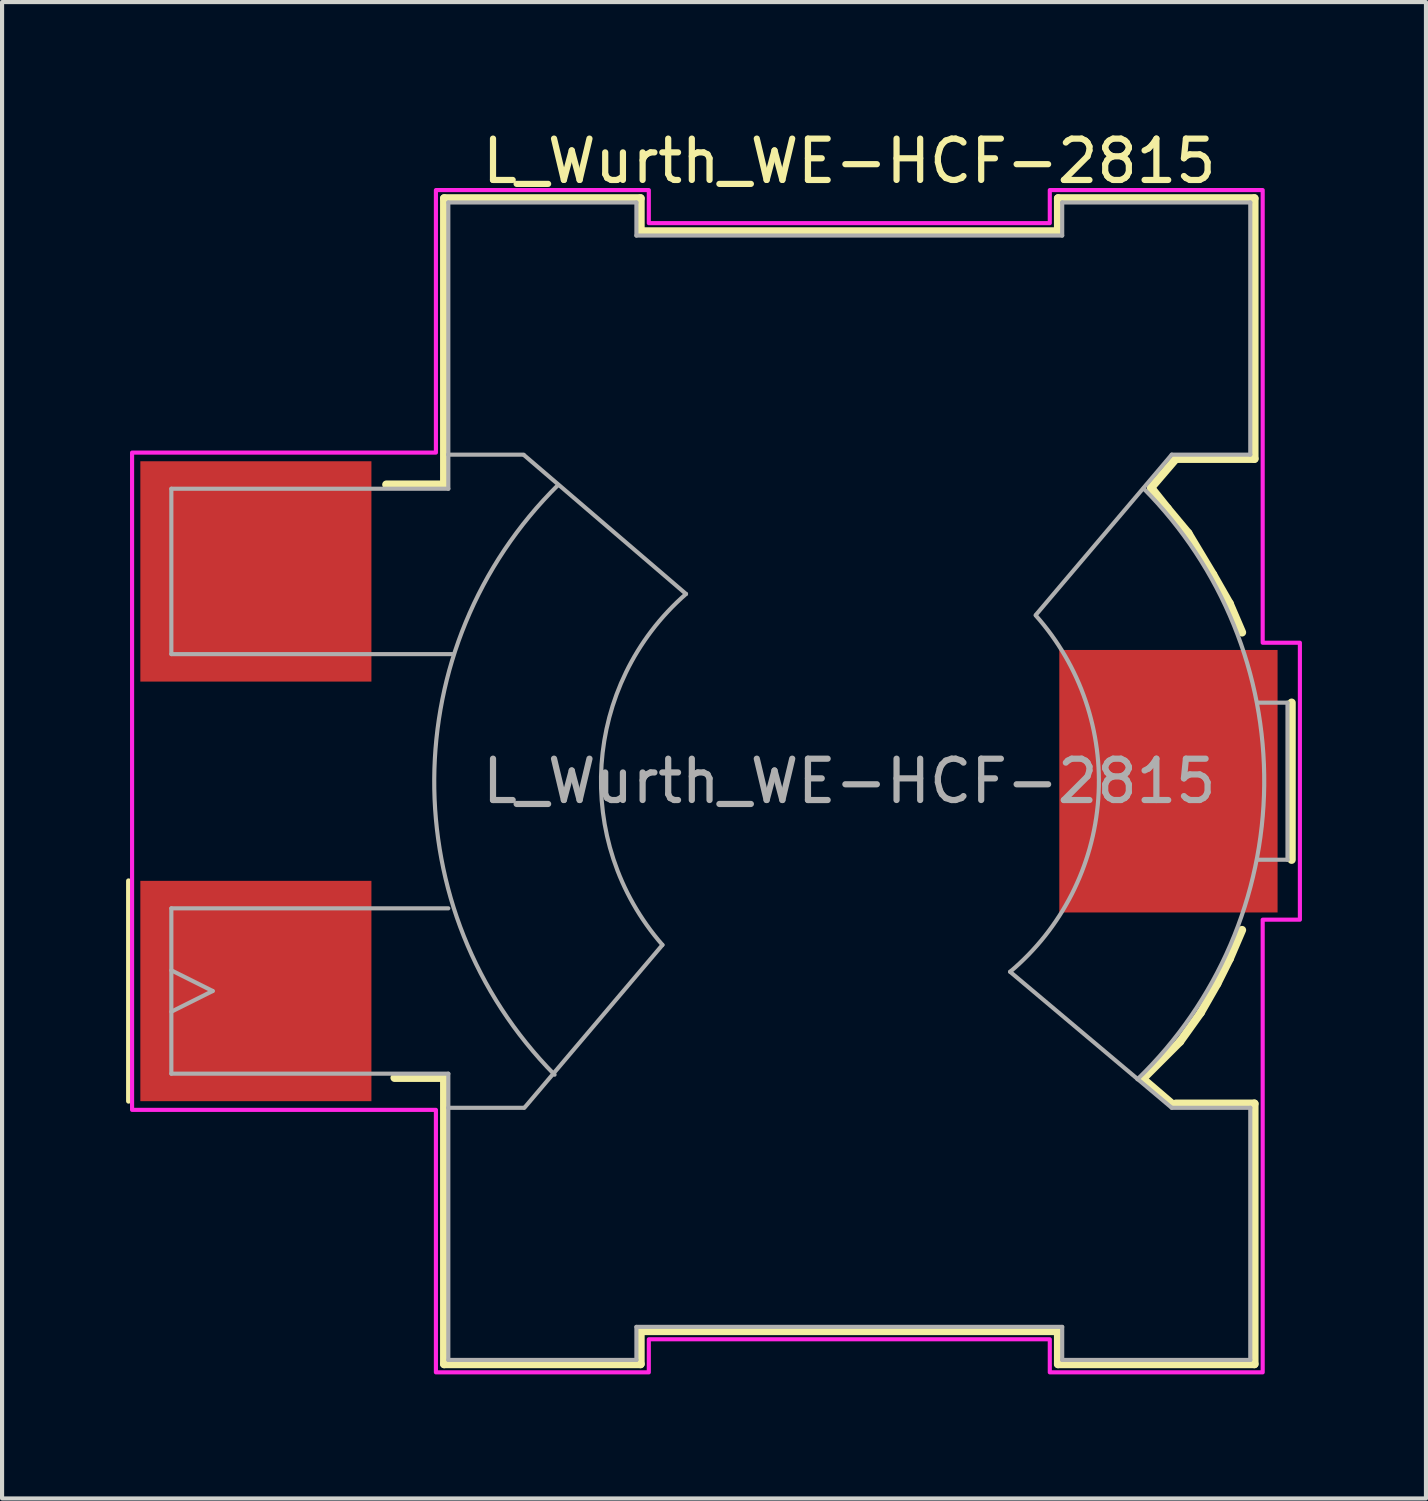
<source format=kicad_pcb>
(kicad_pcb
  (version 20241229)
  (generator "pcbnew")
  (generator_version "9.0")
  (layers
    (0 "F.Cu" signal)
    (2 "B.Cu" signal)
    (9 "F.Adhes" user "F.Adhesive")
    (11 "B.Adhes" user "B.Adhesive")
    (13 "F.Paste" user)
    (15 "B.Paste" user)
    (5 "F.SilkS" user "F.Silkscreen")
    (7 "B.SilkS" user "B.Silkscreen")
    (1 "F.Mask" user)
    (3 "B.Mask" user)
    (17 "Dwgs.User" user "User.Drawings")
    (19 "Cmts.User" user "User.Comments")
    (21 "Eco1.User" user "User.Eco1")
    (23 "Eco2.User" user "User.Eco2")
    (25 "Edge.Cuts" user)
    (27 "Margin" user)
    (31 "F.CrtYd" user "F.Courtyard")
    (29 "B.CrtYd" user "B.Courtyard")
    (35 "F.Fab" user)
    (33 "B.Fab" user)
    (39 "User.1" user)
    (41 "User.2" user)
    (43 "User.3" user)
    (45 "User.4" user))
  (footprint "L_Wurth_WE-HCF-2815"
    (layer "F.Cu")
    (at 17.495 15.848)
    (property "Reference" "L_Wurth_WE-HCF-2815" (at 0 -15 0) (layer "F.SilkS") (effects (font (size 1 1) (thickness 0.15))))
    (attr smd)
    (fp_line (start -17.435 2.41) (end -17.435 7.74) (stroke (width 0.12) (type default)) (layer "F.SilkS"))
    (fp_line (start -9.8 -14.1) (end -9.8 -7.175) (stroke (width 0.2) (type solid)) (layer "F.SilkS"))
    (fp_line (start -9.8 -7.175) (end -11.2 -7.175) (stroke (width 0.2) (type solid)) (layer "F.SilkS"))
    (fp_line (start -9.8 7.175) (end -11 7.175) (stroke (width 0.2) (type solid)) (layer "F.SilkS"))
    (fp_line (start -9.8 14.1) (end -9.8 7.175) (stroke (width 0.2) (type solid)) (layer "F.SilkS"))
    (fp_line (start -5.05 -14.1) (end -9.8 -14.1) (stroke (width 0.2) (type solid)) (layer "F.SilkS"))
    (fp_line (start -5.05 -13.3) (end -5.05 -14.1) (stroke (width 0.2) (type solid)) (layer "F.SilkS"))
    (fp_line (start -5.05 13.3) (end -5.05 14.1) (stroke (width 0.2) (type solid)) (layer "F.SilkS"))
    (fp_line (start -5.05 14.1) (end -9.8 14.1) (stroke (width 0.2) (type solid)) (layer "F.SilkS"))
    (fp_line (start 5.05 -14.1) (end 5.05 -13.3) (stroke (width 0.2) (type solid)) (layer "F.SilkS"))
    (fp_line (start 5.05 -13.3) (end -5.05 -13.3) (stroke (width 0.2) (type solid)) (layer "F.SilkS"))
    (fp_line (start 5.05 13.3) (end -5.05 13.3) (stroke (width 0.2) (type solid)) (layer "F.SilkS"))
    (fp_line (start 5.05 14.1) (end 5.05 13.3) (stroke (width 0.2) (type solid)) (layer "F.SilkS"))
    (fp_line (start 7.1 7.2) (end 7.8 7.8) (stroke (width 0.2) (type solid)) (layer "F.SilkS"))
    (fp_line (start 7.3 -7.1) (end 7.7 -6.6) (stroke (width 0.2) (type solid)) (layer "F.SilkS"))
    (fp_line (start 7.7 -6.6) (end 8.2 -6) (stroke (width 0.2) (type solid)) (layer "F.SilkS"))
    (fp_line (start 7.9 -7.8) (end 7.3 -7.1) (stroke (width 0.2) (type solid)) (layer "F.SilkS"))
    (fp_line (start 7.9 7.8) (end 9.8 7.8) (stroke (width 0.2) (type solid)) (layer "F.SilkS"))
    (fp_line (start 8 6.3) (end 7.1 7.2) (stroke (width 0.2) (type solid)) (layer "F.SilkS"))
    (fp_line (start 8.2 -6) (end 8.8 -5) (stroke (width 0.2) (type solid)) (layer "F.SilkS"))
    (fp_line (start 8.5 5.6) (end 8 6.3) (stroke (width 0.2) (type solid)) (layer "F.SilkS"))
    (fp_line (start 8.8 -5) (end 9.2 -4.3) (stroke (width 0.2) (type solid)) (layer "F.SilkS"))
    (fp_line (start 8.9 4.9) (end 8.5 5.6) (stroke (width 0.2) (type solid)) (layer "F.SilkS"))
    (fp_line (start 9.2 -4.3) (end 9.5 -3.6) (stroke (width 0.2) (type solid)) (layer "F.SilkS"))
    (fp_line (start 9.2 4.3) (end 8.9 4.9) (stroke (width 0.2) (type solid)) (layer "F.SilkS"))
    (fp_line (start 9.5 3.6) (end 9.2 4.3) (stroke (width 0.2) (type solid)) (layer "F.SilkS"))
    (fp_line (start 9.8 -14.1) (end 5.05 -14.1) (stroke (width 0.2) (type solid)) (layer "F.SilkS"))
    (fp_line (start 9.8 -14.1) (end 9.8 -7.8) (stroke (width 0.2) (type solid)) (layer "F.SilkS"))
    (fp_line (start 9.8 -7.8) (end 7.9 -7.8) (stroke (width 0.2) (type solid)) (layer "F.SilkS"))
    (fp_line (start 9.8 7.8) (end 9.8 14.1) (stroke (width 0.2) (type solid)) (layer "F.SilkS"))
    (fp_line (start 9.8 14.1) (end 5.05 14.1) (stroke (width 0.2) (type solid)) (layer "F.SilkS"))
    (fp_line (start 10.7 -1.9) (end 10.7 1.9) (stroke (width 0.2) (type solid)) (layer "F.SilkS"))
    (fp_poly (pts (xy 10 -14.3) (xy 10 -3.35) (xy 10.9 -3.35) (xy 10.9 3.35) (xy 10 3.35) (xy 10 14.3) (xy 4.85 14.3) (xy 4.85 13.5) (xy -4.85 13.5) (xy -4.85 14.3) (xy -10 14.3) (xy -10 7.95) (xy -17.35 7.95) (xy -17.35 -7.95) (xy -10 -7.95) (xy -10 -14.3) (xy -4.85 -14.3) (xy -4.85 -13.5) (xy 4.85 -13.5) (xy 4.85 -14.3)) (stroke (width 0.1) (type solid)) (fill no) (layer "F.CrtYd"))
    (fp_line (start -16.4 -7.075) (end -16.4 -3.075) (stroke (width 0.1) (type solid)) (layer "F.Fab"))
    (fp_line (start -16.4 3.075) (end -16.4 7.075) (stroke (width 0.1) (type solid)) (layer "F.Fab"))
    (fp_line (start -16.4 4.575) (end -15.4 5.075) (stroke (width 0.1) (type default)) (layer "F.Fab"))
    (fp_line (start -16.4 7.075) (end -9.7 7.075) (stroke (width 0.1) (type solid)) (layer "F.Fab"))
    (fp_line (start -15.4 5.075) (end -16.4 5.575) (stroke (width 0.1) (type default)) (layer "F.Fab"))
    (fp_line (start -9.7 -14) (end -5.15 -14) (stroke (width 0.1) (type solid)) (layer "F.Fab"))
    (fp_line (start -9.7 -7.9) (end -9.7 -14) (stroke (width 0.1) (type solid)) (layer "F.Fab"))
    (fp_line (start -9.7 -7.9) (end -7.88 -7.9) (stroke (width 0.1) (type solid)) (layer "F.Fab"))
    (fp_line (start -9.7 -7.075) (end -16.4 -7.075) (stroke (width 0.1) (type solid)) (layer "F.Fab"))
    (fp_line (start -9.7 -7.075) (end -9.7 -7.9) (stroke (width 0.1) (type solid)) (layer "F.Fab"))
    (fp_line (start -9.7 3.075) (end -16.4 3.075) (stroke (width 0.1) (type solid)) (layer "F.Fab"))
    (fp_line (start -9.7 7.9) (end -9.7 7.075) (stroke (width 0.1) (type solid)) (layer "F.Fab"))
    (fp_line (start -9.7 7.9) (end -7.88 7.9) (stroke (width 0.1) (type solid)) (layer "F.Fab"))
    (fp_line (start -9.7 14) (end -9.7 7.9) (stroke (width 0.1) (type solid)) (layer "F.Fab"))
    (fp_line (start -9.58 -3.075) (end -16.4 -3.075) (stroke (width 0.1) (type solid)) (layer "F.Fab"))
    (fp_line (start -7.87 -7.89) (end -3.95 -4.53) (stroke (width 0.1) (type solid)) (layer "F.Fab"))
    (fp_line (start -7.86 7.9) (end -4.52 3.96) (stroke (width 0.1) (type solid)) (layer "F.Fab"))
    (fp_line (start -5.15 -13.2) (end -5.15 -14) (stroke (width 0.1) (type solid)) (layer "F.Fab"))
    (fp_line (start -5.15 13.2) (end -5.15 14) (stroke (width 0.1) (type solid)) (layer "F.Fab"))
    (fp_line (start -5.15 14) (end -9.7 14) (stroke (width 0.1) (type solid)) (layer "F.Fab"))
    (fp_line (start 3.89 4.61) (end 7.8 7.9) (stroke (width 0.1) (type solid)) (layer "F.Fab"))
    (fp_line (start 5.15 -14) (end 5.15 -13.2) (stroke (width 0.1) (type solid)) (layer "F.Fab"))
    (fp_line (start 5.15 -14) (end 9.7 -14) (stroke (width 0.1) (type solid)) (layer "F.Fab"))
    (fp_line (start 5.15 -13.2) (end -5.15 -13.2) (stroke (width 0.1) (type solid)) (layer "F.Fab"))
    (fp_line (start 5.15 13.2) (end -5.15 13.2) (stroke (width 0.1) (type solid)) (layer "F.Fab"))
    (fp_line (start 5.15 14) (end 5.15 13.2) (stroke (width 0.1) (type solid)) (layer "F.Fab"))
    (fp_line (start 7.8 -7.9) (end 4.51 -4.02) (stroke (width 0.1) (type solid)) (layer "F.Fab"))
    (fp_line (start 9.7 -14) (end 9.7 -7.9) (stroke (width 0.1) (type solid)) (layer "F.Fab"))
    (fp_line (start 9.7 -7.9) (end 7.8 -7.9) (stroke (width 0.1) (type solid)) (layer "F.Fab"))
    (fp_line (start 9.7 7.9) (end 7.8 7.9) (stroke (width 0.1) (type solid)) (layer "F.Fab"))
    (fp_line (start 9.7 7.9) (end 9.7 14) (stroke (width 0.1) (type solid)) (layer "F.Fab"))
    (fp_line (start 9.7 14) (end 5.15 14) (stroke (width 0.1) (type solid)) (layer "F.Fab"))
    (fp_line (start 10.6 -1.9) (end 9.9 -1.9) (stroke (width 0.1) (type solid)) (layer "F.Fab"))
    (fp_line (start 10.6 -1.9) (end 10.6 1.9) (stroke (width 0.1) (type solid)) (layer "F.Fab"))
    (fp_line (start 10.6 1.9) (end 9.9 1.9) (stroke (width 0.1) (type solid)) (layer "F.Fab"))
    (fp_arc (start -7.13 7.1) (mid -10.040414 -0.05364) (end -7.04 -7.17) (stroke (width 0.1) (type solid)) (layer "F.Fab"))
    (fp_arc (start -4.52 3.96) (mid -5.993337 -0.403051) (end -3.95 -4.53) (stroke (width 0.1) (type solid)) (layer "F.Fab"))
    (fp_arc (start 4.51 -4.01) (mid 6.022544 0.431088) (end 3.89 4.61) (stroke (width 0.1) (type solid)) (layer "F.Fab"))
    (fp_arc (start 7.120001 -7.08) (mid 10.037043 0.096407) (end 6.97 7.21) (stroke (width 0.1) (type solid)) (layer "F.Fab"))
    (fp_text user "${REFERENCE}" (at 0 0 0) (unlocked yes) (layer "F.Fab") (effects (font (size 1 1) (thickness 0.15))))
    (pad "1" smd rect (at -14.355 -5.075 270) (size 5.33 5.59) (layers "F.Cu" "F.Mask" "F.Paste"))
    (pad "2" smd rect (at -14.355 5.075 270) (size 5.33 5.59) (layers "F.Cu" "F.Mask" "F.Paste"))
    (pad "3" smd rect (at 7.72 0 270) (size 6.35 5.28) (layers "F.Cu" "F.Mask" "F.Paste")))
  (gr_rect
    (start -3 -3)
    (end 31.445 33.198)
    (stroke (width 0.1) (type default))
    (fill no)
    (layer "Edge.Cuts")))
</source>
